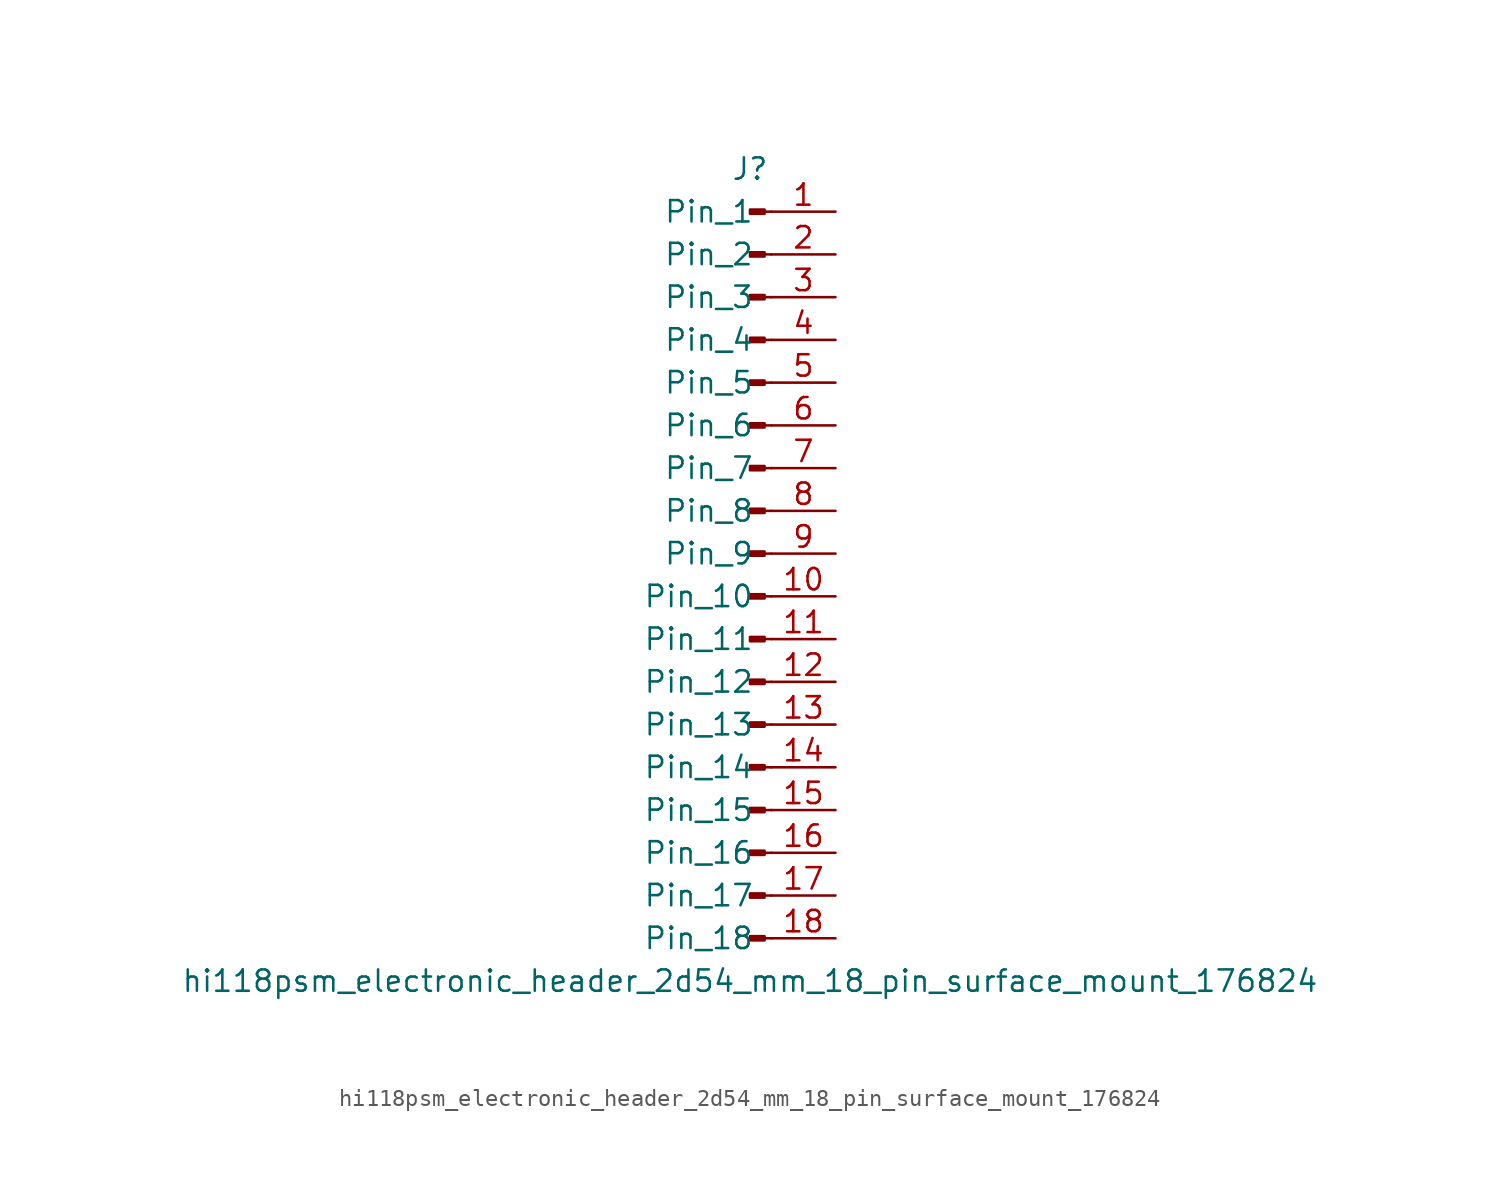
<source format=kicad_sym>
(kicad_symbol_lib
  (version 20220914)
  (generator kicad_symbol_editor)
  (symbol "hi118psm_electronic_header_2d54_mm_18_pin_surface_mount_176824"
    (pin_names
      (offset 1.016))
    (property "Reference" "J"
      (at 0 22.86 0)
      (effects (font (size 1.27 1.27))))
    (property "Value" "hi118psm_electronic_header_2d54_mm_18_pin_surface_mount_176824"
      (at 0 -25.4 0)
      (effects (font (size 1.27 1.27))))
    (property "ki_locked" ""
      (at 0 0 0)
      (effects (font (size 1.27 1.27))))
    (symbol "hi118psm_electronic_header_2d54_mm_18_pin_surface_mount_176824_1_1"
      (polyline (pts (xy 1.27 -22.86) (xy 0.864 -22.86)) (stroke (width 0.152) (type default)) (fill (type none)))
      (polyline (pts (xy 1.27 -20.32) (xy 0.864 -20.32)) (stroke (width 0.152) (type default)) (fill (type none)))
      (polyline (pts (xy 1.27 -17.78) (xy 0.864 -17.78)) (stroke (width 0.152) (type default)) (fill (type none)))
      (polyline (pts (xy 1.27 -15.24) (xy 0.864 -15.24)) (stroke (width 0.152) (type default)) (fill (type none)))
      (polyline (pts (xy 1.27 -12.7) (xy 0.864 -12.7)) (stroke (width 0.152) (type default)) (fill (type none)))
      (polyline (pts (xy 1.27 -10.16) (xy 0.864 -10.16)) (stroke (width 0.152) (type default)) (fill (type none)))
      (polyline (pts (xy 1.27 -7.62) (xy 0.864 -7.62)) (stroke (width 0.152) (type default)) (fill (type none)))
      (polyline (pts (xy 1.27 -5.08) (xy 0.864 -5.08)) (stroke (width 0.152) (type default)) (fill (type none)))
      (polyline (pts (xy 1.27 -2.54) (xy 0.864 -2.54)) (stroke (width 0.152) (type default)) (fill (type none)))
      (polyline (pts (xy 1.27 0) (xy 0.864 0)) (stroke (width 0.152) (type default)) (fill (type none)))
      (polyline (pts (xy 1.27 2.54) (xy 0.864 2.54)) (stroke (width 0.152) (type default)) (fill (type none)))
      (polyline (pts (xy 1.27 5.08) (xy 0.864 5.08)) (stroke (width 0.152) (type default)) (fill (type none)))
      (polyline (pts (xy 1.27 7.62) (xy 0.864 7.62)) (stroke (width 0.152) (type default)) (fill (type none)))
      (polyline (pts (xy 1.27 10.16) (xy 0.864 10.16)) (stroke (width 0.152) (type default)) (fill (type none)))
      (polyline (pts (xy 1.27 12.7) (xy 0.864 12.7)) (stroke (width 0.152) (type default)) (fill (type none)))
      (polyline (pts (xy 1.27 15.24) (xy 0.864 15.24)) (stroke (width 0.152) (type default)) (fill (type none)))
      (polyline (pts (xy 1.27 17.78) (xy 0.864 17.78)) (stroke (width 0.152) (type default)) (fill (type none)))
      (polyline (pts (xy 1.27 20.32) (xy 0.864 20.32)) (stroke (width 0.152) (type default)) (fill (type none)))
      (rectangle (start 0.864 -22.733) (end 0 -22.987) (stroke (width 0.152) (type default)) (fill (type outline)))
      (rectangle (start 0.864 -20.193) (end 0 -20.447) (stroke (width 0.152) (type default)) (fill (type outline)))
      (rectangle (start 0.864 -17.653) (end 0 -17.907) (stroke (width 0.152) (type default)) (fill (type outline)))
      (rectangle (start 0.864 -15.113) (end 0 -15.367) (stroke (width 0.152) (type default)) (fill (type outline)))
      (rectangle (start 0.864 -12.573) (end 0 -12.827) (stroke (width 0.152) (type default)) (fill (type outline)))
      (rectangle (start 0.864 -10.033) (end 0 -10.287) (stroke (width 0.152) (type default)) (fill (type outline)))
      (rectangle (start 0.864 -7.493) (end 0 -7.747) (stroke (width 0.152) (type default)) (fill (type outline)))
      (rectangle (start 0.864 -4.953) (end 0 -5.207) (stroke (width 0.152) (type default)) (fill (type outline)))
      (rectangle (start 0.864 -2.413) (end 0 -2.667) (stroke (width 0.152) (type default)) (fill (type outline)))
      (rectangle (start 0.864 0.127) (end 0 -0.127) (stroke (width 0.152) (type default)) (fill (type outline)))
      (rectangle (start 0.864 2.667) (end 0 2.413) (stroke (width 0.152) (type default)) (fill (type outline)))
      (rectangle (start 0.864 5.207) (end 0 4.953) (stroke (width 0.152) (type default)) (fill (type outline)))
      (rectangle (start 0.864 7.747) (end 0 7.493) (stroke (width 0.152) (type default)) (fill (type outline)))
      (rectangle (start 0.864 10.287) (end 0 10.033) (stroke (width 0.152) (type default)) (fill (type outline)))
      (rectangle (start 0.864 12.827) (end 0 12.573) (stroke (width 0.152) (type default)) (fill (type outline)))
      (rectangle (start 0.864 15.367) (end 0 15.113) (stroke (width 0.152) (type default)) (fill (type outline)))
      (rectangle (start 0.864 17.907) (end 0 17.653) (stroke (width 0.152) (type default)) (fill (type outline)))
      (rectangle (start 0.864 20.447) (end 0 20.193) (stroke (width 0.152) (type default)) (fill (type outline)))
      (pin passive line (at 5.08 20.32 180) (length 3.81) (name "Pin_1" (effects (font (size 1.27 1.27)))) (number "1" (effects (font (size 1.27 1.27)))))
      (pin passive line (at 5.08 -2.54 180) (length 3.81) (name "Pin_10" (effects (font (size 1.27 1.27)))) (number "10" (effects (font (size 1.27 1.27)))))
      (pin passive line (at 5.08 -5.08 180) (length 3.81) (name "Pin_11" (effects (font (size 1.27 1.27)))) (number "11" (effects (font (size 1.27 1.27)))))
      (pin passive line (at 5.08 -7.62 180) (length 3.81) (name "Pin_12" (effects (font (size 1.27 1.27)))) (number "12" (effects (font (size 1.27 1.27)))))
      (pin passive line (at 5.08 -10.16 180) (length 3.81) (name "Pin_13" (effects (font (size 1.27 1.27)))) (number "13" (effects (font (size 1.27 1.27)))))
      (pin passive line (at 5.08 -12.7 180) (length 3.81) (name "Pin_14" (effects (font (size 1.27 1.27)))) (number "14" (effects (font (size 1.27 1.27)))))
      (pin passive line (at 5.08 -15.24 180) (length 3.81) (name "Pin_15" (effects (font (size 1.27 1.27)))) (number "15" (effects (font (size 1.27 1.27)))))
      (pin passive line (at 5.08 -17.78 180) (length 3.81) (name "Pin_16" (effects (font (size 1.27 1.27)))) (number "16" (effects (font (size 1.27 1.27)))))
      (pin passive line (at 5.08 -20.32 180) (length 3.81) (name "Pin_17" (effects (font (size 1.27 1.27)))) (number "17" (effects (font (size 1.27 1.27)))))
      (pin passive line (at 5.08 -22.86 180) (length 3.81) (name "Pin_18" (effects (font (size 1.27 1.27)))) (number "18" (effects (font (size 1.27 1.27)))))
      (pin passive line (at 5.08 17.78 180) (length 3.81) (name "Pin_2" (effects (font (size 1.27 1.27)))) (number "2" (effects (font (size 1.27 1.27)))))
      (pin passive line (at 5.08 15.24 180) (length 3.81) (name "Pin_3" (effects (font (size 1.27 1.27)))) (number "3" (effects (font (size 1.27 1.27)))))
      (pin passive line (at 5.08 12.7 180) (length 3.81) (name "Pin_4" (effects (font (size 1.27 1.27)))) (number "4" (effects (font (size 1.27 1.27)))))
      (pin passive line (at 5.08 10.16 180) (length 3.81) (name "Pin_5" (effects (font (size 1.27 1.27)))) (number "5" (effects (font (size 1.27 1.27)))))
      (pin passive line (at 5.08 7.62 180) (length 3.81) (name "Pin_6" (effects (font (size 1.27 1.27)))) (number "6" (effects (font (size 1.27 1.27)))))
      (pin passive line (at 5.08 5.08 180) (length 3.81) (name "Pin_7" (effects (font (size 1.27 1.27)))) (number "7" (effects (font (size 1.27 1.27)))))
      (pin passive line (at 5.08 2.54 180) (length 3.81) (name "Pin_8" (effects (font (size 1.27 1.27)))) (number "8" (effects (font (size 1.27 1.27)))))
      (pin passive line (at 5.08 0 180) (length 3.81) (name "Pin_9" (effects (font (size 1.27 1.27)))) (number "9" (effects (font (size 1.27 1.27))))))))
</source>
